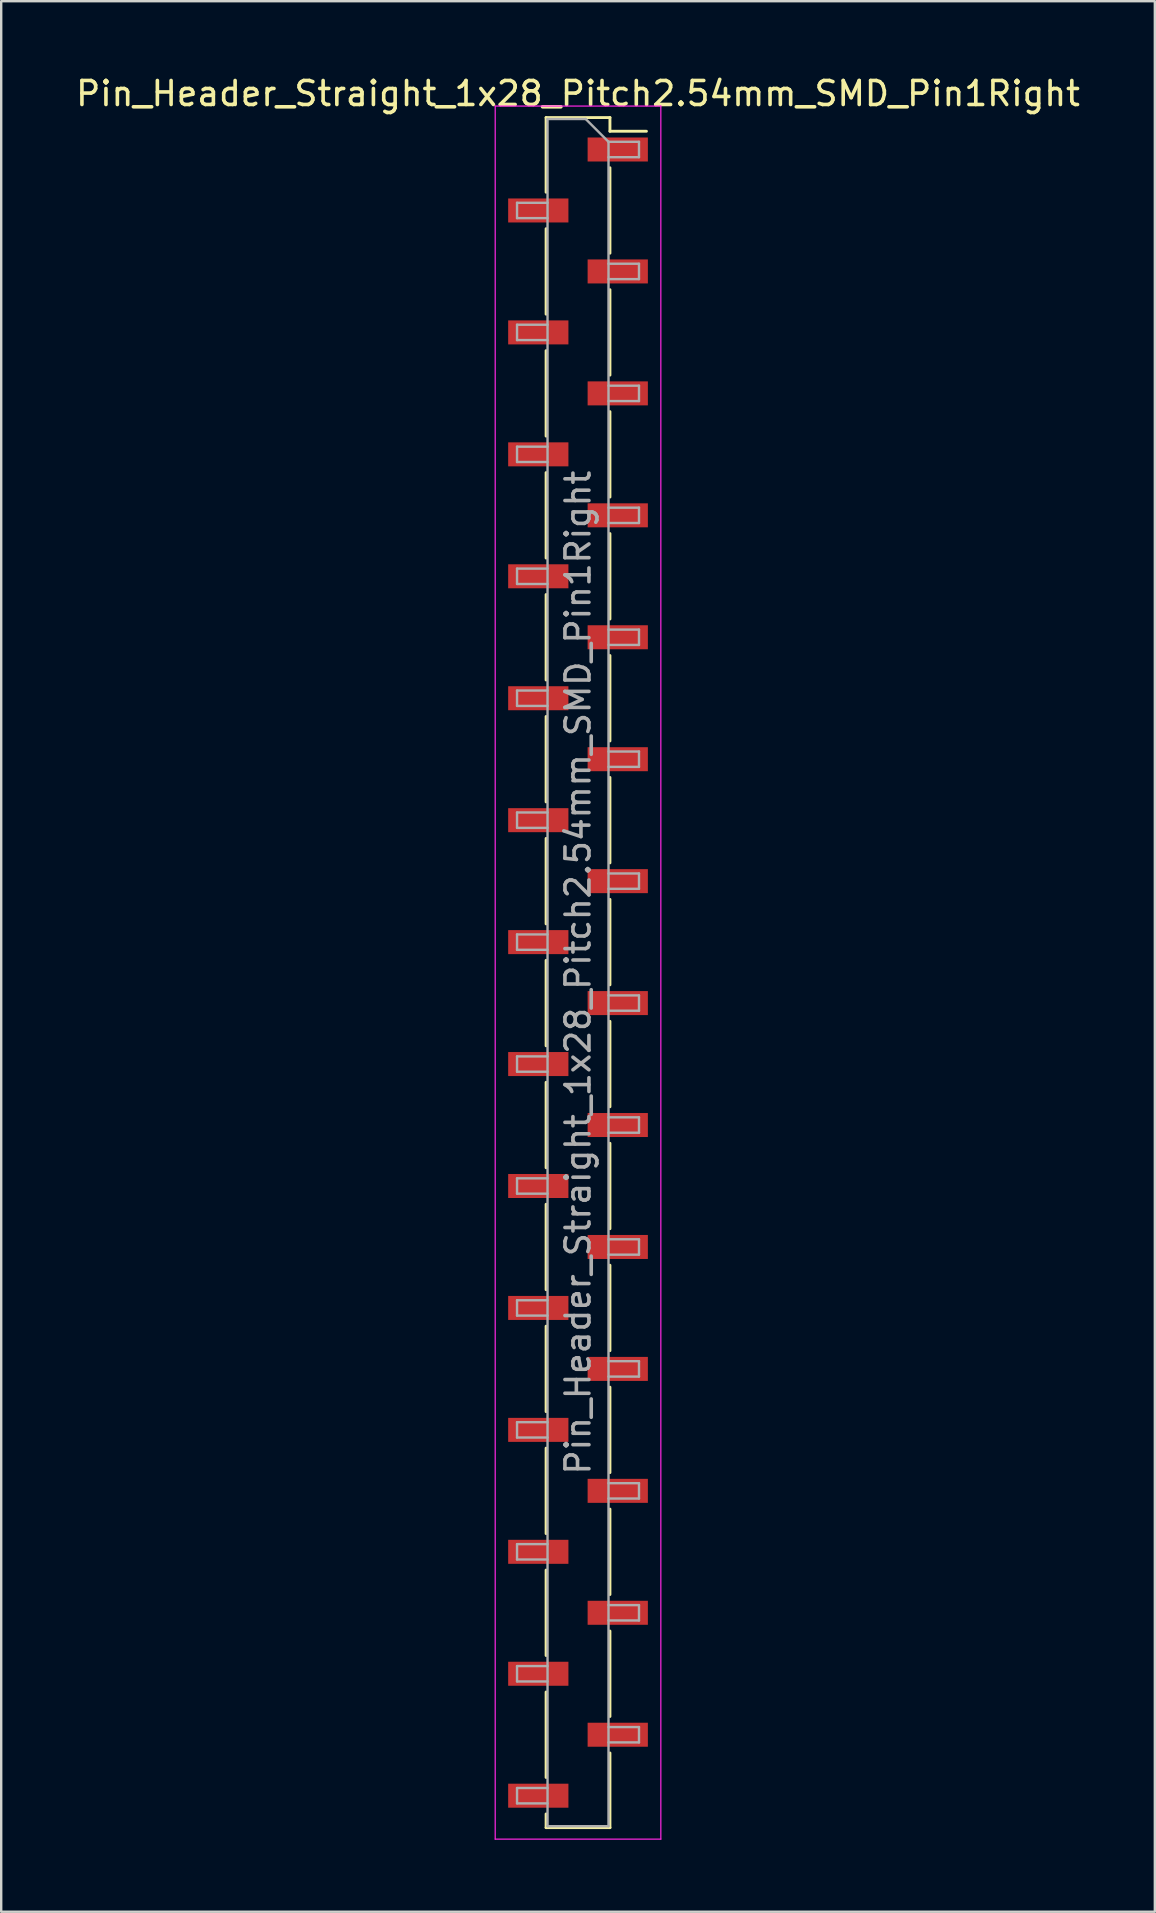
<source format=kicad_pcb>
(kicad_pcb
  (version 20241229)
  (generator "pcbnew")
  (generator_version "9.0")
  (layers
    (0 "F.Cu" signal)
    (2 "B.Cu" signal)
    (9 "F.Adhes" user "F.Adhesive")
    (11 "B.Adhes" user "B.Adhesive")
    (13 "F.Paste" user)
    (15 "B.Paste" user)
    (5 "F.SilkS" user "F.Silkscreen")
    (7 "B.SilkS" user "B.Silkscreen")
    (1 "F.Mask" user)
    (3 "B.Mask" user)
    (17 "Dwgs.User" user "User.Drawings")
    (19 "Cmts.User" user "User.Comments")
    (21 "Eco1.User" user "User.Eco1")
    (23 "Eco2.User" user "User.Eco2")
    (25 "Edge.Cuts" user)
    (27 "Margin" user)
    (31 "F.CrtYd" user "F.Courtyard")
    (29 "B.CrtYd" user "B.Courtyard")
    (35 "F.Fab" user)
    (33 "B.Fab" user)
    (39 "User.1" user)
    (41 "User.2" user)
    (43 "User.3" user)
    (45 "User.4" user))
  (footprint "Pin_Header_Straight_1x28_Pitch2.54mm_SMD_Pin1Right"
    (layer "F.Cu")
    (at 21.03 37.468)
    (property "Reference" "Pin_Header_Straight_1x28_Pitch2.54mm_SMD_Pin1Right" (at 0 -36.62 0) (layer "F.SilkS") (effects (font (size 1 1) (thickness 0.15))))
    (attr smd)
    (fp_line (start -1.33 -35.62) (end -1.33 -32.51) (stroke (width 0.12) (type solid)) (layer "F.SilkS"))
    (fp_line (start -1.33 -35.62) (end 1.33 -35.62) (stroke (width 0.12) (type solid)) (layer "F.SilkS"))
    (fp_line (start -1.33 -30.99) (end -1.33 -27.43) (stroke (width 0.12) (type solid)) (layer "F.SilkS"))
    (fp_line (start -1.33 -25.91) (end -1.33 -22.35) (stroke (width 0.12) (type solid)) (layer "F.SilkS"))
    (fp_line (start -1.33 -20.83) (end -1.33 -17.27) (stroke (width 0.12) (type solid)) (layer "F.SilkS"))
    (fp_line (start -1.33 -15.75) (end -1.33 -12.19) (stroke (width 0.12) (type solid)) (layer "F.SilkS"))
    (fp_line (start -1.33 -10.67) (end -1.33 -7.11) (stroke (width 0.12) (type solid)) (layer "F.SilkS"))
    (fp_line (start -1.33 -5.59) (end -1.33 -2.03) (stroke (width 0.12) (type solid)) (layer "F.SilkS"))
    (fp_line (start -1.33 -0.51) (end -1.33 3.05) (stroke (width 0.12) (type solid)) (layer "F.SilkS"))
    (fp_line (start -1.33 4.57) (end -1.33 8.13) (stroke (width 0.12) (type solid)) (layer "F.SilkS"))
    (fp_line (start -1.33 9.65) (end -1.33 13.21) (stroke (width 0.12) (type solid)) (layer "F.SilkS"))
    (fp_line (start -1.33 14.73) (end -1.33 18.29) (stroke (width 0.12) (type solid)) (layer "F.SilkS"))
    (fp_line (start -1.33 19.81) (end -1.33 23.37) (stroke (width 0.12) (type solid)) (layer "F.SilkS"))
    (fp_line (start -1.33 24.89) (end -1.33 28.45) (stroke (width 0.12) (type solid)) (layer "F.SilkS"))
    (fp_line (start -1.33 29.97) (end -1.33 33.53) (stroke (width 0.12) (type solid)) (layer "F.SilkS"))
    (fp_line (start -1.33 35.05) (end -1.33 35.62) (stroke (width 0.12) (type solid)) (layer "F.SilkS"))
    (fp_line (start -1.33 35.62) (end 1.33 35.62) (stroke (width 0.12) (type solid)) (layer "F.SilkS"))
    (fp_line (start 1.33 -35.62) (end 1.33 -35.05) (stroke (width 0.12) (type solid)) (layer "F.SilkS"))
    (fp_line (start 1.33 -35.05) (end 2.85 -35.05) (stroke (width 0.12) (type solid)) (layer "F.SilkS"))
    (fp_line (start 1.33 -33.53) (end 1.33 -29.97) (stroke (width 0.12) (type solid)) (layer "F.SilkS"))
    (fp_line (start 1.33 -28.45) (end 1.33 -24.89) (stroke (width 0.12) (type solid)) (layer "F.SilkS"))
    (fp_line (start 1.33 -23.37) (end 1.33 -19.81) (stroke (width 0.12) (type solid)) (layer "F.SilkS"))
    (fp_line (start 1.33 -18.29) (end 1.33 -14.73) (stroke (width 0.12) (type solid)) (layer "F.SilkS"))
    (fp_line (start 1.33 -13.21) (end 1.33 -9.65) (stroke (width 0.12) (type solid)) (layer "F.SilkS"))
    (fp_line (start 1.33 -8.13) (end 1.33 -4.57) (stroke (width 0.12) (type solid)) (layer "F.SilkS"))
    (fp_line (start 1.33 -3.05) (end 1.33 0.51) (stroke (width 0.12) (type solid)) (layer "F.SilkS"))
    (fp_line (start 1.33 2.03) (end 1.33 5.59) (stroke (width 0.12) (type solid)) (layer "F.SilkS"))
    (fp_line (start 1.33 7.11) (end 1.33 10.67) (stroke (width 0.12) (type solid)) (layer "F.SilkS"))
    (fp_line (start 1.33 12.19) (end 1.33 15.75) (stroke (width 0.12) (type solid)) (layer "F.SilkS"))
    (fp_line (start 1.33 17.27) (end 1.33 20.83) (stroke (width 0.12) (type solid)) (layer "F.SilkS"))
    (fp_line (start 1.33 22.35) (end 1.33 25.91) (stroke (width 0.12) (type solid)) (layer "F.SilkS"))
    (fp_line (start 1.33 27.43) (end 1.33 30.99) (stroke (width 0.12) (type solid)) (layer "F.SilkS"))
    (fp_line (start 1.33 32.51) (end 1.33 35.62) (stroke (width 0.12) (type solid)) (layer "F.SilkS"))
    (fp_line (start -3.45 -36.1) (end -3.45 36.1) (stroke (width 0.05) (type solid)) (layer "F.CrtYd"))
    (fp_line (start -3.45 36.1) (end 3.45 36.1) (stroke (width 0.05) (type solid)) (layer "F.CrtYd"))
    (fp_line (start 3.45 -36.1) (end -3.45 -36.1) (stroke (width 0.05) (type solid)) (layer "F.CrtYd"))
    (fp_line (start 3.45 36.1) (end 3.45 -36.1) (stroke (width 0.05) (type solid)) (layer "F.CrtYd"))
    (fp_line (start -2.54 -32.07) (end -2.54 -31.43) (stroke (width 0.1) (type solid)) (layer "F.Fab"))
    (fp_line (start -2.54 -31.43) (end -1.27 -31.43) (stroke (width 0.1) (type solid)) (layer "F.Fab"))
    (fp_line (start -2.54 -26.99) (end -2.54 -26.35) (stroke (width 0.1) (type solid)) (layer "F.Fab"))
    (fp_line (start -2.54 -26.35) (end -1.27 -26.35) (stroke (width 0.1) (type solid)) (layer "F.Fab"))
    (fp_line (start -2.54 -21.91) (end -2.54 -21.27) (stroke (width 0.1) (type solid)) (layer "F.Fab"))
    (fp_line (start -2.54 -21.27) (end -1.27 -21.27) (stroke (width 0.1) (type solid)) (layer "F.Fab"))
    (fp_line (start -2.54 -16.83) (end -2.54 -16.19) (stroke (width 0.1) (type solid)) (layer "F.Fab"))
    (fp_line (start -2.54 -16.19) (end -1.27 -16.19) (stroke (width 0.1) (type solid)) (layer "F.Fab"))
    (fp_line (start -2.54 -11.75) (end -2.54 -11.11) (stroke (width 0.1) (type solid)) (layer "F.Fab"))
    (fp_line (start -2.54 -11.11) (end -1.27 -11.11) (stroke (width 0.1) (type solid)) (layer "F.Fab"))
    (fp_line (start -2.54 -6.67) (end -2.54 -6.03) (stroke (width 0.1) (type solid)) (layer "F.Fab"))
    (fp_line (start -2.54 -6.03) (end -1.27 -6.03) (stroke (width 0.1) (type solid)) (layer "F.Fab"))
    (fp_line (start -2.54 -1.59) (end -2.54 -0.95) (stroke (width 0.1) (type solid)) (layer "F.Fab"))
    (fp_line (start -2.54 -0.95) (end -1.27 -0.95) (stroke (width 0.1) (type solid)) (layer "F.Fab"))
    (fp_line (start -2.54 3.49) (end -2.54 4.13) (stroke (width 0.1) (type solid)) (layer "F.Fab"))
    (fp_line (start -2.54 4.13) (end -1.27 4.13) (stroke (width 0.1) (type solid)) (layer "F.Fab"))
    (fp_line (start -2.54 8.57) (end -2.54 9.21) (stroke (width 0.1) (type solid)) (layer "F.Fab"))
    (fp_line (start -2.54 9.21) (end -1.27 9.21) (stroke (width 0.1) (type solid)) (layer "F.Fab"))
    (fp_line (start -2.54 13.65) (end -2.54 14.29) (stroke (width 0.1) (type solid)) (layer "F.Fab"))
    (fp_line (start -2.54 14.29) (end -1.27 14.29) (stroke (width 0.1) (type solid)) (layer "F.Fab"))
    (fp_line (start -2.54 18.73) (end -2.54 19.37) (stroke (width 0.1) (type solid)) (layer "F.Fab"))
    (fp_line (start -2.54 19.37) (end -1.27 19.37) (stroke (width 0.1) (type solid)) (layer "F.Fab"))
    (fp_line (start -2.54 23.81) (end -2.54 24.45) (stroke (width 0.1) (type solid)) (layer "F.Fab"))
    (fp_line (start -2.54 24.45) (end -1.27 24.45) (stroke (width 0.1) (type solid)) (layer "F.Fab"))
    (fp_line (start -2.54 28.89) (end -2.54 29.53) (stroke (width 0.1) (type solid)) (layer "F.Fab"))
    (fp_line (start -2.54 29.53) (end -1.27 29.53) (stroke (width 0.1) (type solid)) (layer "F.Fab"))
    (fp_line (start -2.54 33.97) (end -2.54 34.61) (stroke (width 0.1) (type solid)) (layer "F.Fab"))
    (fp_line (start -2.54 34.61) (end -1.27 34.61) (stroke (width 0.1) (type solid)) (layer "F.Fab"))
    (fp_line (start -1.27 -35.56) (end -1.27 35.56) (stroke (width 0.1) (type solid)) (layer "F.Fab"))
    (fp_line (start -1.27 -35.56) (end 0.32 -35.56) (stroke (width 0.1) (type solid)) (layer "F.Fab"))
    (fp_line (start -1.27 -32.07) (end -2.54 -32.07) (stroke (width 0.1) (type solid)) (layer "F.Fab"))
    (fp_line (start -1.27 -26.99) (end -2.54 -26.99) (stroke (width 0.1) (type solid)) (layer "F.Fab"))
    (fp_line (start -1.27 -21.91) (end -2.54 -21.91) (stroke (width 0.1) (type solid)) (layer "F.Fab"))
    (fp_line (start -1.27 -16.83) (end -2.54 -16.83) (stroke (width 0.1) (type solid)) (layer "F.Fab"))
    (fp_line (start -1.27 -11.75) (end -2.54 -11.75) (stroke (width 0.1) (type solid)) (layer "F.Fab"))
    (fp_line (start -1.27 -6.67) (end -2.54 -6.67) (stroke (width 0.1) (type solid)) (layer "F.Fab"))
    (fp_line (start -1.27 -1.59) (end -2.54 -1.59) (stroke (width 0.1) (type solid)) (layer "F.Fab"))
    (fp_line (start -1.27 3.49) (end -2.54 3.49) (stroke (width 0.1) (type solid)) (layer "F.Fab"))
    (fp_line (start -1.27 8.57) (end -2.54 8.57) (stroke (width 0.1) (type solid)) (layer "F.Fab"))
    (fp_line (start -1.27 13.65) (end -2.54 13.65) (stroke (width 0.1) (type solid)) (layer "F.Fab"))
    (fp_line (start -1.27 18.73) (end -2.54 18.73) (stroke (width 0.1) (type solid)) (layer "F.Fab"))
    (fp_line (start -1.27 23.81) (end -2.54 23.81) (stroke (width 0.1) (type solid)) (layer "F.Fab"))
    (fp_line (start -1.27 28.89) (end -2.54 28.89) (stroke (width 0.1) (type solid)) (layer "F.Fab"))
    (fp_line (start -1.27 33.97) (end -2.54 33.97) (stroke (width 0.1) (type solid)) (layer "F.Fab"))
    (fp_line (start 1.27 -34.61) (end 0.32 -35.56) (stroke (width 0.1) (type solid)) (layer "F.Fab"))
    (fp_line (start 1.27 -34.61) (end 2.54 -34.61) (stroke (width 0.1) (type solid)) (layer "F.Fab"))
    (fp_line (start 1.27 -29.53) (end 2.54 -29.53) (stroke (width 0.1) (type solid)) (layer "F.Fab"))
    (fp_line (start 1.27 -24.45) (end 2.54 -24.45) (stroke (width 0.1) (type solid)) (layer "F.Fab"))
    (fp_line (start 1.27 -19.37) (end 2.54 -19.37) (stroke (width 0.1) (type solid)) (layer "F.Fab"))
    (fp_line (start 1.27 -14.29) (end 2.54 -14.29) (stroke (width 0.1) (type solid)) (layer "F.Fab"))
    (fp_line (start 1.27 -9.21) (end 2.54 -9.21) (stroke (width 0.1) (type solid)) (layer "F.Fab"))
    (fp_line (start 1.27 -4.13) (end 2.54 -4.13) (stroke (width 0.1) (type solid)) (layer "F.Fab"))
    (fp_line (start 1.27 0.95) (end 2.54 0.95) (stroke (width 0.1) (type solid)) (layer "F.Fab"))
    (fp_line (start 1.27 6.03) (end 2.54 6.03) (stroke (width 0.1) (type solid)) (layer "F.Fab"))
    (fp_line (start 1.27 11.11) (end 2.54 11.11) (stroke (width 0.1) (type solid)) (layer "F.Fab"))
    (fp_line (start 1.27 16.19) (end 2.54 16.19) (stroke (width 0.1) (type solid)) (layer "F.Fab"))
    (fp_line (start 1.27 21.27) (end 2.54 21.27) (stroke (width 0.1) (type solid)) (layer "F.Fab"))
    (fp_line (start 1.27 26.35) (end 2.54 26.35) (stroke (width 0.1) (type solid)) (layer "F.Fab"))
    (fp_line (start 1.27 31.43) (end 2.54 31.43) (stroke (width 0.1) (type solid)) (layer "F.Fab"))
    (fp_line (start 1.27 35.56) (end -1.27 35.56) (stroke (width 0.1) (type solid)) (layer "F.Fab"))
    (fp_line (start 1.27 35.56) (end 1.27 -34.61) (stroke (width 0.1) (type solid)) (layer "F.Fab"))
    (fp_line (start 2.54 -34.61) (end 2.54 -33.97) (stroke (width 0.1) (type solid)) (layer "F.Fab"))
    (fp_line (start 2.54 -33.97) (end 1.27 -33.97) (stroke (width 0.1) (type solid)) (layer "F.Fab"))
    (fp_line (start 2.54 -29.53) (end 2.54 -28.89) (stroke (width 0.1) (type solid)) (layer "F.Fab"))
    (fp_line (start 2.54 -28.89) (end 1.27 -28.89) (stroke (width 0.1) (type solid)) (layer "F.Fab"))
    (fp_line (start 2.54 -24.45) (end 2.54 -23.81) (stroke (width 0.1) (type solid)) (layer "F.Fab"))
    (fp_line (start 2.54 -23.81) (end 1.27 -23.81) (stroke (width 0.1) (type solid)) (layer "F.Fab"))
    (fp_line (start 2.54 -19.37) (end 2.54 -18.73) (stroke (width 0.1) (type solid)) (layer "F.Fab"))
    (fp_line (start 2.54 -18.73) (end 1.27 -18.73) (stroke (width 0.1) (type solid)) (layer "F.Fab"))
    (fp_line (start 2.54 -14.29) (end 2.54 -13.65) (stroke (width 0.1) (type solid)) (layer "F.Fab"))
    (fp_line (start 2.54 -13.65) (end 1.27 -13.65) (stroke (width 0.1) (type solid)) (layer "F.Fab"))
    (fp_line (start 2.54 -9.21) (end 2.54 -8.57) (stroke (width 0.1) (type solid)) (layer "F.Fab"))
    (fp_line (start 2.54 -8.57) (end 1.27 -8.57) (stroke (width 0.1) (type solid)) (layer "F.Fab"))
    (fp_line (start 2.54 -4.13) (end 2.54 -3.49) (stroke (width 0.1) (type solid)) (layer "F.Fab"))
    (fp_line (start 2.54 -3.49) (end 1.27 -3.49) (stroke (width 0.1) (type solid)) (layer "F.Fab"))
    (fp_line (start 2.54 0.95) (end 2.54 1.59) (stroke (width 0.1) (type solid)) (layer "F.Fab"))
    (fp_line (start 2.54 1.59) (end 1.27 1.59) (stroke (width 0.1) (type solid)) (layer "F.Fab"))
    (fp_line (start 2.54 6.03) (end 2.54 6.67) (stroke (width 0.1) (type solid)) (layer "F.Fab"))
    (fp_line (start 2.54 6.67) (end 1.27 6.67) (stroke (width 0.1) (type solid)) (layer "F.Fab"))
    (fp_line (start 2.54 11.11) (end 2.54 11.75) (stroke (width 0.1) (type solid)) (layer "F.Fab"))
    (fp_line (start 2.54 11.75) (end 1.27 11.75) (stroke (width 0.1) (type solid)) (layer "F.Fab"))
    (fp_line (start 2.54 16.19) (end 2.54 16.83) (stroke (width 0.1) (type solid)) (layer "F.Fab"))
    (fp_line (start 2.54 16.83) (end 1.27 16.83) (stroke (width 0.1) (type solid)) (layer "F.Fab"))
    (fp_line (start 2.54 21.27) (end 2.54 21.91) (stroke (width 0.1) (type solid)) (layer "F.Fab"))
    (fp_line (start 2.54 21.91) (end 1.27 21.91) (stroke (width 0.1) (type solid)) (layer "F.Fab"))
    (fp_line (start 2.54 26.35) (end 2.54 26.99) (stroke (width 0.1) (type solid)) (layer "F.Fab"))
    (fp_line (start 2.54 26.99) (end 1.27 26.99) (stroke (width 0.1) (type solid)) (layer "F.Fab"))
    (fp_line (start 2.54 31.43) (end 2.54 32.07) (stroke (width 0.1) (type solid)) (layer "F.Fab"))
    (fp_line (start 2.54 32.07) (end 1.27 32.07) (stroke (width 0.1) (type solid)) (layer "F.Fab"))
    (fp_text user "${REFERENCE}" (at 0 0 90) (layer "F.Fab") (effects (font (size 1 1) (thickness 0.15))))
    (pad "1" smd rect (at 1.655 -34.29) (size 2.51 1) (layers "F.Cu" "F.Mask" "F.Paste"))
    (pad "2" smd rect (at -1.655 -31.75) (size 2.51 1) (layers "F.Cu" "F.Mask" "F.Paste"))
    (pad "3" smd rect (at 1.655 -29.21) (size 2.51 1) (layers "F.Cu" "F.Mask" "F.Paste"))
    (pad "4" smd rect (at -1.655 -26.67) (size 2.51 1) (layers "F.Cu" "F.Mask" "F.Paste"))
    (pad "5" smd rect (at 1.655 -24.13) (size 2.51 1) (layers "F.Cu" "F.Mask" "F.Paste"))
    (pad "6" smd rect (at -1.655 -21.59) (size 2.51 1) (layers "F.Cu" "F.Mask" "F.Paste"))
    (pad "7" smd rect (at 1.655 -19.05) (size 2.51 1) (layers "F.Cu" "F.Mask" "F.Paste"))
    (pad "8" smd rect (at -1.655 -16.51) (size 2.51 1) (layers "F.Cu" "F.Mask" "F.Paste"))
    (pad "9" smd rect (at 1.655 -13.97) (size 2.51 1) (layers "F.Cu" "F.Mask" "F.Paste"))
    (pad "10" smd rect (at -1.655 -11.43) (size 2.51 1) (layers "F.Cu" "F.Mask" "F.Paste"))
    (pad "11" smd rect (at 1.655 -8.89) (size 2.51 1) (layers "F.Cu" "F.Mask" "F.Paste"))
    (pad "12" smd rect (at -1.655 -6.35) (size 2.51 1) (layers "F.Cu" "F.Mask" "F.Paste"))
    (pad "13" smd rect (at 1.655 -3.81) (size 2.51 1) (layers "F.Cu" "F.Mask" "F.Paste"))
    (pad "14" smd rect (at -1.655 -1.27) (size 2.51 1) (layers "F.Cu" "F.Mask" "F.Paste"))
    (pad "15" smd rect (at 1.655 1.27) (size 2.51 1) (layers "F.Cu" "F.Mask" "F.Paste"))
    (pad "16" smd rect (at -1.655 3.81) (size 2.51 1) (layers "F.Cu" "F.Mask" "F.Paste"))
    (pad "17" smd rect (at 1.655 6.35) (size 2.51 1) (layers "F.Cu" "F.Mask" "F.Paste"))
    (pad "18" smd rect (at -1.655 8.89) (size 2.51 1) (layers "F.Cu" "F.Mask" "F.Paste"))
    (pad "19" smd rect (at 1.655 11.43) (size 2.51 1) (layers "F.Cu" "F.Mask" "F.Paste"))
    (pad "20" smd rect (at -1.655 13.97) (size 2.51 1) (layers "F.Cu" "F.Mask" "F.Paste"))
    (pad "21" smd rect (at 1.655 16.51) (size 2.51 1) (layers "F.Cu" "F.Mask" "F.Paste"))
    (pad "22" smd rect (at -1.655 19.05) (size 2.51 1) (layers "F.Cu" "F.Mask" "F.Paste"))
    (pad "23" smd rect (at 1.655 21.59) (size 2.51 1) (layers "F.Cu" "F.Mask" "F.Paste"))
    (pad "24" smd rect (at -1.655 24.13) (size 2.51 1) (layers "F.Cu" "F.Mask" "F.Paste"))
    (pad "25" smd rect (at 1.655 26.67) (size 2.51 1) (layers "F.Cu" "F.Mask" "F.Paste"))
    (pad "26" smd rect (at -1.655 29.21) (size 2.51 1) (layers "F.Cu" "F.Mask" "F.Paste"))
    (pad "27" smd rect (at 1.655 31.75) (size 2.51 1) (layers "F.Cu" "F.Mask" "F.Paste"))
    (pad "28" smd rect (at -1.655 34.29) (size 2.51 1) (layers "F.Cu" "F.Mask" "F.Paste")))
  (gr_rect
    (start -3 -3)
    (end 45.06 76.593)
    (stroke (width 0.1) (type default))
    (fill no)
    (layer "Edge.Cuts")))
</source>
